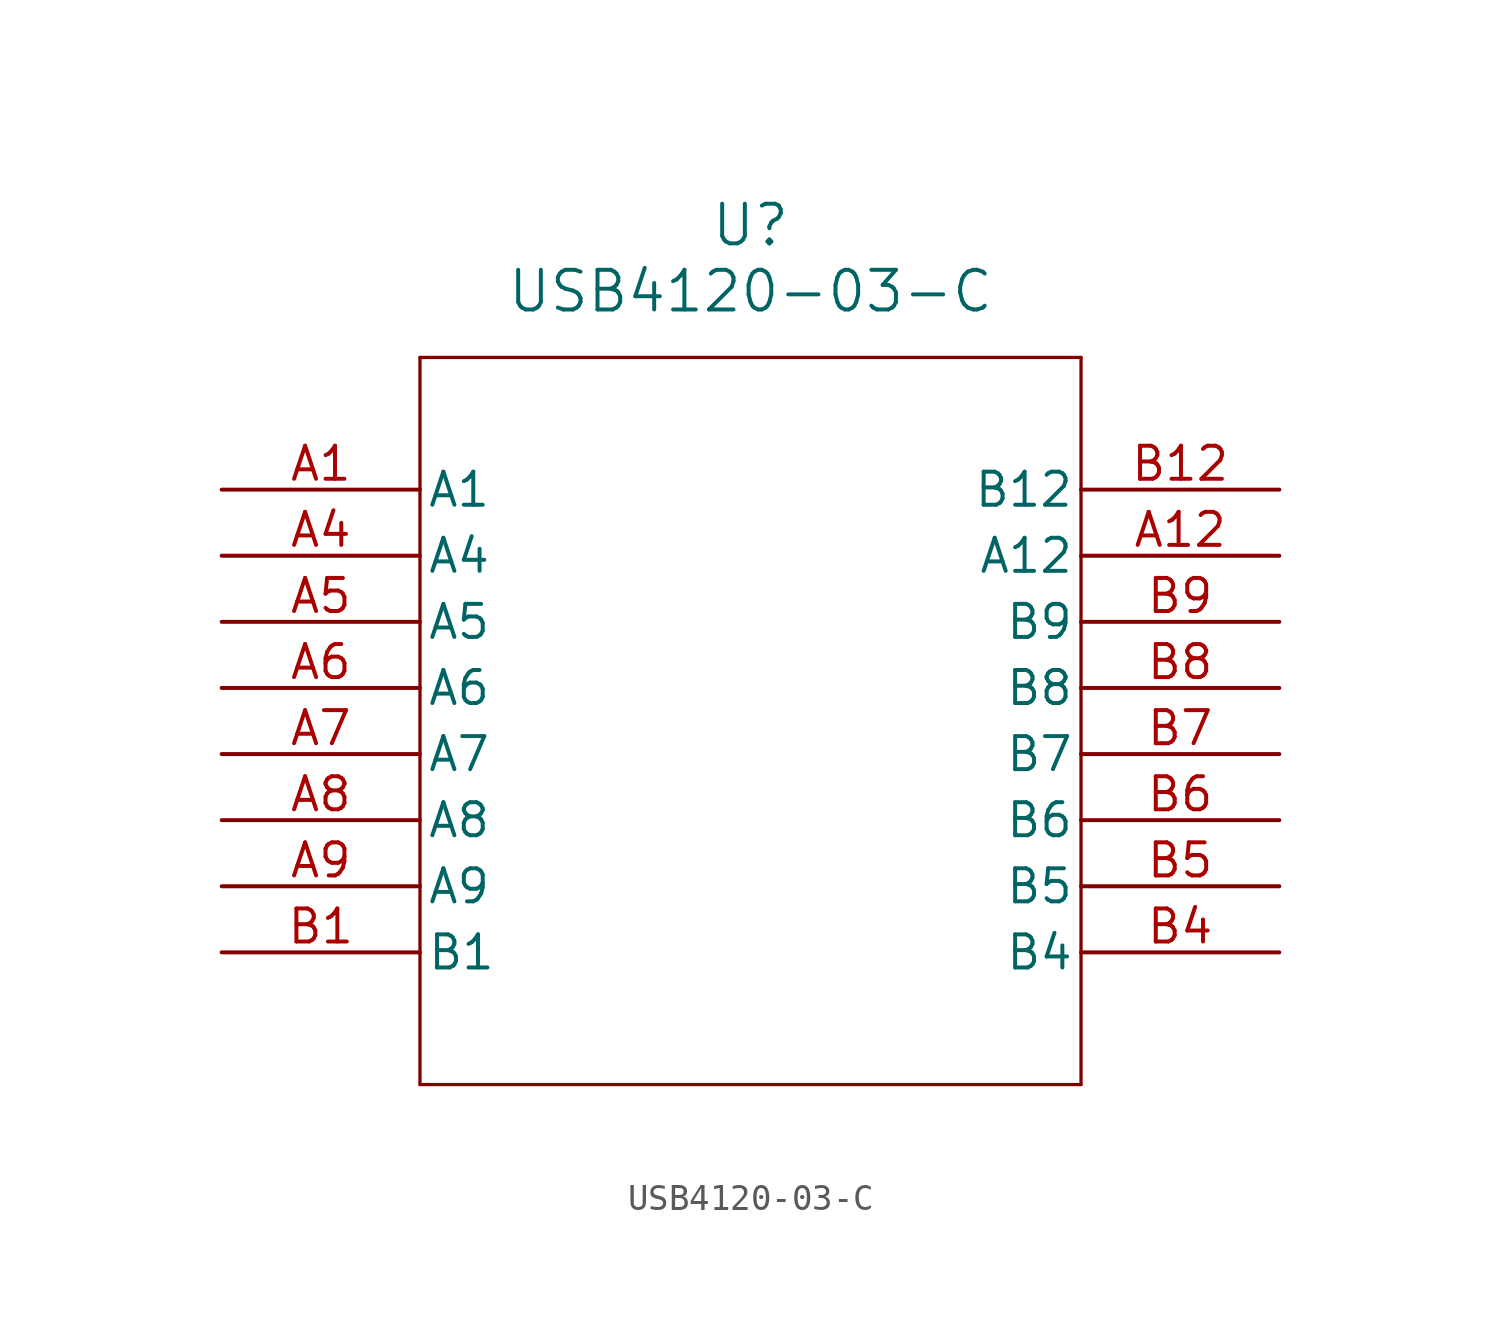
<source format=kicad_sym>
(kicad_symbol_lib
  (version 20211014)
  (generator kicad_symbol_editor)
  (symbol "USB4120-03-C"
    (pin_names
      (offset 0.254))
    (property "Reference" "U"
      (at 20.32 10.16 0)
      (effects (font (size 1.524 1.524))))
    (property "Value" "USB4120-03-C"
      (at 20.32 7.62 0)
      (effects (font (size 1.524 1.524))))
    (symbol "USB4120-03-C_0_1"
      (polyline (pts (xy 7.62 5.08) (xy 7.62 -22.86)) (stroke (width 0.127) (type default) (color 0 0 0 0)) (fill (type none)))
      (polyline (pts (xy 7.62 -22.86) (xy 33.02 -22.86)) (stroke (width 0.127) (type default) (color 0 0 0 0)) (fill (type none)))
      (polyline (pts (xy 33.02 -22.86) (xy 33.02 5.08)) (stroke (width 0.127) (type default) (color 0 0 0 0)) (fill (type none)))
      (polyline (pts (xy 33.02 5.08) (xy 7.62 5.08)) (stroke (width 0.127) (type default) (color 0 0 0 0)) (fill (type none)))
      (pin unspecified line (at 0 0 0) (length 7.62) (name "A1" (effects (font (size 1.27 1.27)))) (number "A1" (effects (font (size 1.27 1.27)))))
      (pin unspecified line (at 0 -2.54 0) (length 7.62) (name "A4" (effects (font (size 1.27 1.27)))) (number "A4" (effects (font (size 1.27 1.27)))))
      (pin unspecified line (at 0 -5.08 0) (length 7.62) (name "A5" (effects (font (size 1.27 1.27)))) (number "A5" (effects (font (size 1.27 1.27)))))
      (pin unspecified line (at 0 -7.62 0) (length 7.62) (name "A6" (effects (font (size 1.27 1.27)))) (number "A6" (effects (font (size 1.27 1.27)))))
      (pin unspecified line (at 0 -10.16 0) (length 7.62) (name "A7" (effects (font (size 1.27 1.27)))) (number "A7" (effects (font (size 1.27 1.27)))))
      (pin unspecified line (at 0 -12.7 0) (length 7.62) (name "A8" (effects (font (size 1.27 1.27)))) (number "A8" (effects (font (size 1.27 1.27)))))
      (pin unspecified line (at 0 -15.24 0) (length 7.62) (name "A9" (effects (font (size 1.27 1.27)))) (number "A9" (effects (font (size 1.27 1.27)))))
      (pin unspecified line (at 0 -17.78 0) (length 7.62) (name "B1" (effects (font (size 1.27 1.27)))) (number "B1" (effects (font (size 1.27 1.27)))))
      (pin unspecified line (at 40.64 -17.78 180) (length 7.62) (name "B4" (effects (font (size 1.27 1.27)))) (number "B4" (effects (font (size 1.27 1.27)))))
      (pin unspecified line (at 40.64 -15.24 180) (length 7.62) (name "B5" (effects (font (size 1.27 1.27)))) (number "B5" (effects (font (size 1.27 1.27)))))
      (pin unspecified line (at 40.64 -12.7 180) (length 7.62) (name "B6" (effects (font (size 1.27 1.27)))) (number "B6" (effects (font (size 1.27 1.27)))))
      (pin unspecified line (at 40.64 -10.16 180) (length 7.62) (name "B7" (effects (font (size 1.27 1.27)))) (number "B7" (effects (font (size 1.27 1.27)))))
      (pin unspecified line (at 40.64 -7.62 180) (length 7.62) (name "B8" (effects (font (size 1.27 1.27)))) (number "B8" (effects (font (size 1.27 1.27)))))
      (pin unspecified line (at 40.64 -5.08 180) (length 7.62) (name "B9" (effects (font (size 1.27 1.27)))) (number "B9" (effects (font (size 1.27 1.27)))))
      (pin unspecified line (at 40.64 -2.54 180) (length 7.62) (name "A12" (effects (font (size 1.27 1.27)))) (number "A12" (effects (font (size 1.27 1.27)))))
      (pin unspecified line (at 40.64 0 180) (length 7.62) (name "B12" (effects (font (size 1.27 1.27)))) (number "B12" (effects (font (size 1.27 1.27))))))))
</source>
